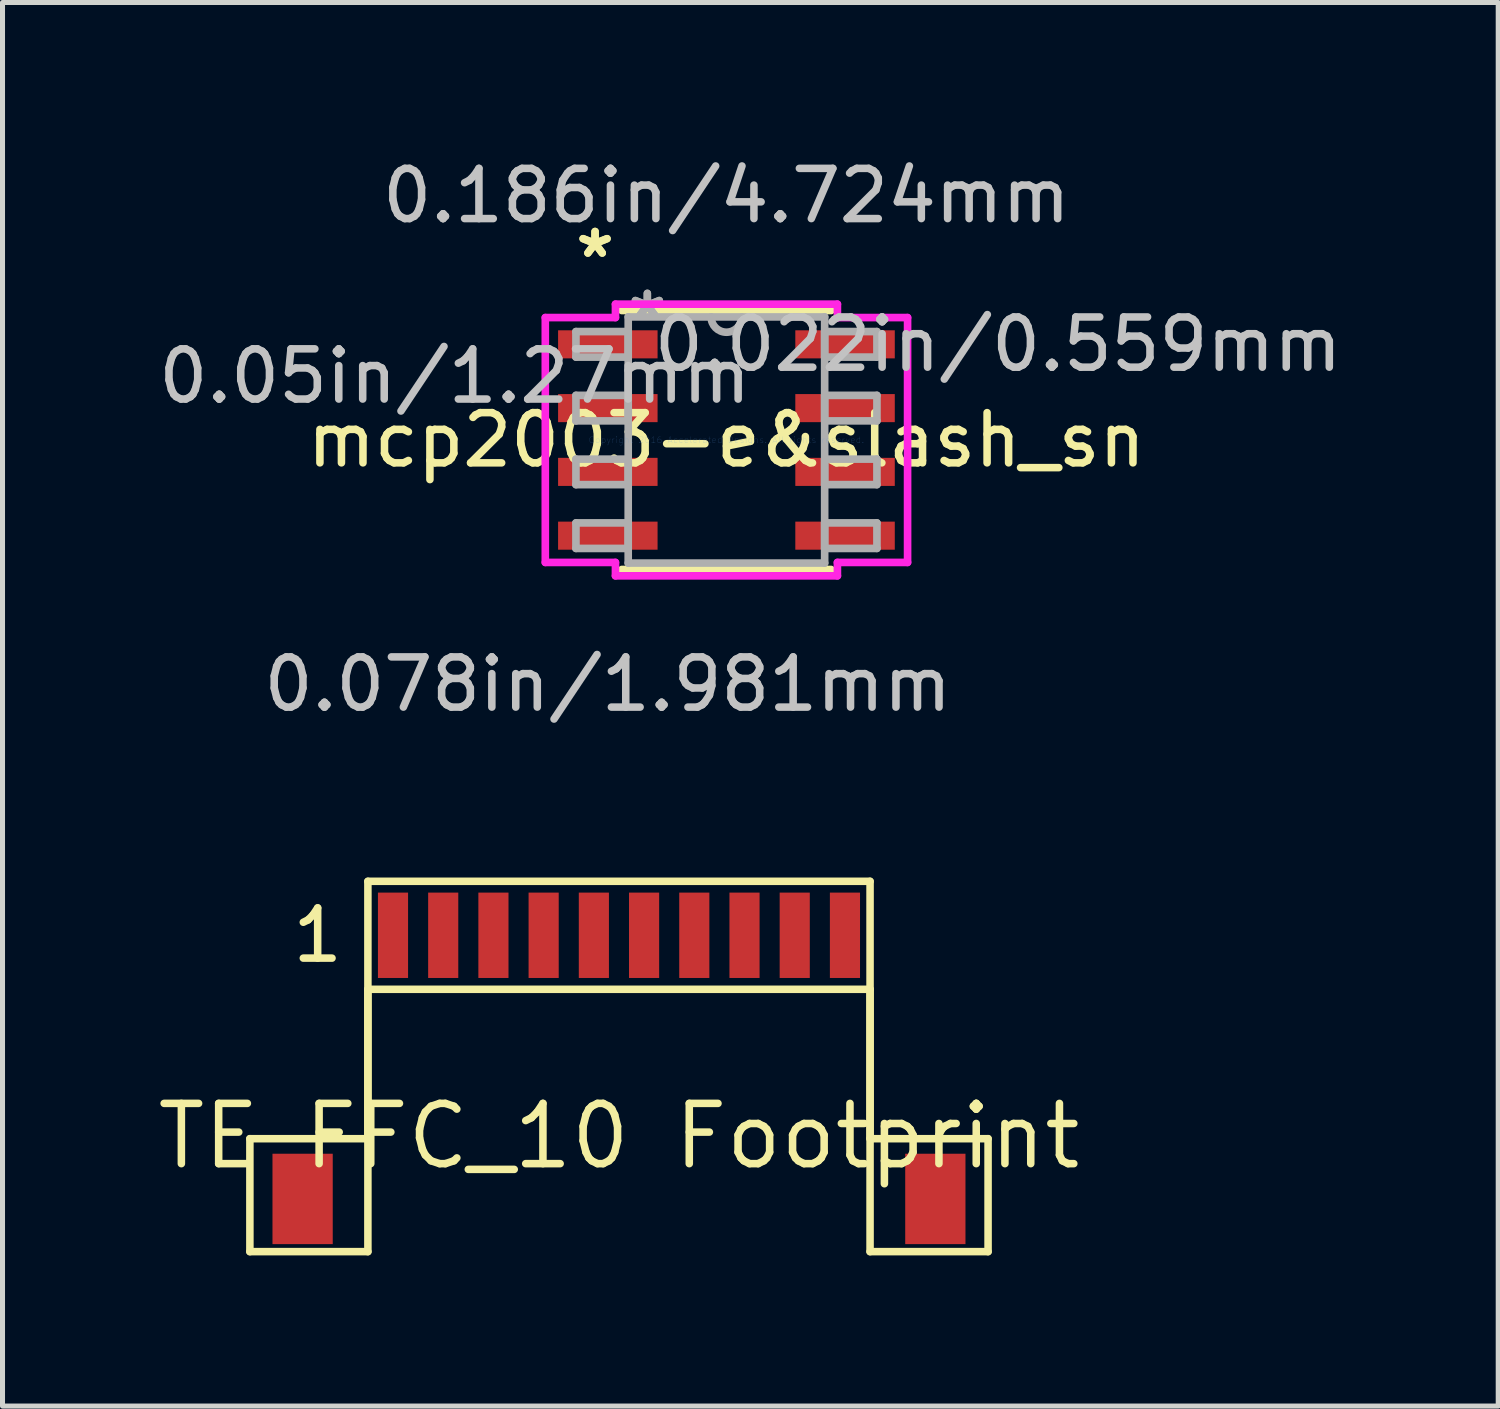
<source format=kicad_pcb>
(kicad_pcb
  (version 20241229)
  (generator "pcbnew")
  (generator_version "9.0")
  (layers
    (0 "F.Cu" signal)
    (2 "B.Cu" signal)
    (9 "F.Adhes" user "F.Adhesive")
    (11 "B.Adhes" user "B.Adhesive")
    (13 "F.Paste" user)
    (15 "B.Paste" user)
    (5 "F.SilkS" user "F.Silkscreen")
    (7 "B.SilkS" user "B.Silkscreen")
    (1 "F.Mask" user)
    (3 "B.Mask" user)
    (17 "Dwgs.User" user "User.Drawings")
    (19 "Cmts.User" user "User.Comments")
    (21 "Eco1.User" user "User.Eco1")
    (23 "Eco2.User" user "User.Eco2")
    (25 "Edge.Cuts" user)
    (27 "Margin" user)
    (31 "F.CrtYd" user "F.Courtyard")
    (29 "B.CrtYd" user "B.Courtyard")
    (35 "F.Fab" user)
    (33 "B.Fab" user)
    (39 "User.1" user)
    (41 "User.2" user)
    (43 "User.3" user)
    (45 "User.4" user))
  (footprint "TE FFC_10 Footprint"
    (layer "F.Cu")
    (at 9.276 15.575)
    (property "Reference" "TE FFC_10 Footprint" (at 0 4 0) (layer "F.SilkS") (effects (font (size 1.2 1.2) (thickness 0.15))))
    (attr through_hole)
    (fp_line (start -7.35 4.05) (end -5 4.05) (stroke (width 0.15) (type solid)) (layer "F.SilkS"))
    (fp_line (start -7.35 6.3) (end -7.35 4.05) (stroke (width 0.15) (type solid)) (layer "F.SilkS"))
    (fp_line (start -5 -1.075) (end 5 -1.075) (stroke (width 0.15) (type solid)) (layer "F.SilkS"))
    (fp_line (start -5 1.075) (end -5 6.3) (stroke (width 0.15) (type solid)) (layer "F.SilkS"))
    (fp_line (start -5 1.075) (end 5 1.075) (stroke (width 0.15) (type solid)) (layer "F.SilkS"))
    (fp_line (start -5 4.05) (end -5 -1.075) (stroke (width 0.15) (type solid)) (layer "F.SilkS"))
    (fp_line (start -5 6.3) (end -7.35 6.3) (stroke (width 0.15) (type solid)) (layer "F.SilkS"))
    (fp_line (start 5 1.075) (end 5 6.3) (stroke (width 0.15) (type solid)) (layer "F.SilkS"))
    (fp_line (start 5 4.05) (end 5 -1.075) (stroke (width 0.15) (type solid)) (layer "F.SilkS"))
    (fp_line (start 5 6.3) (end 7.35 6.3) (stroke (width 0.15) (type solid)) (layer "F.SilkS"))
    (fp_line (start 7.35 4.05) (end 5 4.05) (stroke (width 0.15) (type solid)) (layer "F.SilkS"))
    (fp_line (start 7.35 6.3) (end 7.35 4.05) (stroke (width 0.15) (type solid)) (layer "F.SilkS"))
    (fp_text user "1" (at -6 0 0) (layer "F.SilkS") (effects (font (size 1 1) (thickness 0.15))))
    (pad "0" smd rect (at -6.3 5.25) (size 1.2 1.8) (layers "F.Cu" "F.Mask" "F.Paste"))
    (pad "0" smd rect (at 6.3 5.25) (size 1.2 1.8) (layers "F.Cu" "F.Mask" "F.Paste"))
    (pad "1" smd rect (at -4.5 0) (size 0.6 1.7) (layers "F.Cu" "F.Mask" "F.Paste"))
    (pad "2" smd rect (at -3.5 0) (size 0.6 1.7) (layers "F.Cu" "F.Mask" "F.Paste"))
    (pad "3" smd rect (at -2.5 0) (size 0.6 1.7) (layers "F.Cu" "F.Mask" "F.Paste"))
    (pad "4" smd rect (at -1.5 0) (size 0.6 1.7) (layers "F.Cu" "F.Mask" "F.Paste"))
    (pad "5" smd rect (at -0.5 0) (size 0.6 1.7) (layers "F.Cu" "F.Mask" "F.Paste"))
    (pad "6" smd rect (at 0.5 0) (size 0.6 1.7) (layers "F.Cu" "F.Mask" "F.Paste"))
    (pad "7" smd rect (at 1.5 0) (size 0.6 1.7) (layers "F.Cu" "F.Mask" "F.Paste"))
    (pad "8" smd rect (at 2.5 0) (size 0.6 1.7) (layers "F.Cu" "F.Mask" "F.Paste"))
    (pad "9" smd rect (at 3.5 0) (size 0.6 1.7) (layers "F.Cu" "F.Mask" "F.Paste"))
    (pad "10" smd rect (at 4.5 0) (size 0.6 1.7) (layers "F.Cu" "F.Mask" "F.Paste")))
  (footprint "mcp2003-e&slash_sn"
    (layer "F.Cu")
    (at 11.416 5.712)
    (property "Reference" "mcp2003-e&slash_sn" (at 0 0 0) (layer "F.SilkS") (effects (font (size 1 1) (thickness 0.15))))
    (attr through_hole)
    (fp_line (start -2.083 2.578) (end 2.083 2.578) (stroke (width 0.152) (type solid)) (layer "F.SilkS"))
    (fp_line (start 2.083 -2.578) (end -2.083 -2.578) (stroke (width 0.152) (type solid)) (layer "F.SilkS"))
    (fp_line (start -3.607 -2.438) (end -2.21 -2.438) (stroke (width 0.152) (type solid)) (layer "F.CrtYd"))
    (fp_line (start -3.607 2.438) (end -3.607 -2.438) (stroke (width 0.152) (type solid)) (layer "F.CrtYd"))
    (fp_line (start -2.21 -2.705) (end 2.21 -2.705) (stroke (width 0.152) (type solid)) (layer "F.CrtYd"))
    (fp_line (start -2.21 -2.438) (end -2.21 -2.705) (stroke (width 0.152) (type solid)) (layer "F.CrtYd"))
    (fp_line (start -2.21 2.438) (end -3.607 2.438) (stroke (width 0.152) (type solid)) (layer "F.CrtYd"))
    (fp_line (start -2.21 2.705) (end -2.21 2.438) (stroke (width 0.152) (type solid)) (layer "F.CrtYd"))
    (fp_line (start 2.21 -2.705) (end 2.21 -2.438) (stroke (width 0.152) (type solid)) (layer "F.CrtYd"))
    (fp_line (start 2.21 -2.438) (end 3.607 -2.438) (stroke (width 0.152) (type solid)) (layer "F.CrtYd"))
    (fp_line (start 2.21 2.438) (end 2.21 2.705) (stroke (width 0.152) (type solid)) (layer "F.CrtYd"))
    (fp_line (start 2.21 2.705) (end -2.21 2.705) (stroke (width 0.152) (type solid)) (layer "F.CrtYd"))
    (fp_line (start 3.607 -2.438) (end 3.607 2.438) (stroke (width 0.152) (type solid)) (layer "F.CrtYd"))
    (fp_line (start 3.607 2.438) (end 2.21 2.438) (stroke (width 0.152) (type solid)) (layer "F.CrtYd"))
    (fp_line (start -2.997 -2.159) (end -2.997 -1.651) (stroke (width 0.152) (type solid)) (layer "F.Fab"))
    (fp_line (start -2.997 -1.651) (end -1.956 -1.651) (stroke (width 0.152) (type solid)) (layer "F.Fab"))
    (fp_line (start -2.997 -0.889) (end -2.997 -0.381) (stroke (width 0.152) (type solid)) (layer "F.Fab"))
    (fp_line (start -2.997 -0.381) (end -1.956 -0.381) (stroke (width 0.152) (type solid)) (layer "F.Fab"))
    (fp_line (start -2.997 0.381) (end -2.997 0.889) (stroke (width 0.152) (type solid)) (layer "F.Fab"))
    (fp_line (start -2.997 0.889) (end -1.956 0.889) (stroke (width 0.152) (type solid)) (layer "F.Fab"))
    (fp_line (start -2.997 1.651) (end -2.997 2.159) (stroke (width 0.152) (type solid)) (layer "F.Fab"))
    (fp_line (start -2.997 2.159) (end -1.956 2.159) (stroke (width 0.152) (type solid)) (layer "F.Fab"))
    (fp_line (start -1.956 -2.451) (end -1.956 2.451) (stroke (width 0.152) (type solid)) (layer "F.Fab"))
    (fp_line (start -1.956 -2.159) (end -2.997 -2.159) (stroke (width 0.152) (type solid)) (layer "F.Fab"))
    (fp_line (start -1.956 -1.651) (end -1.956 -2.159) (stroke (width 0.152) (type solid)) (layer "F.Fab"))
    (fp_line (start -1.956 -0.889) (end -2.997 -0.889) (stroke (width 0.152) (type solid)) (layer "F.Fab"))
    (fp_line (start -1.956 -0.381) (end -1.956 -0.889) (stroke (width 0.152) (type solid)) (layer "F.Fab"))
    (fp_line (start -1.956 0.381) (end -2.997 0.381) (stroke (width 0.152) (type solid)) (layer "F.Fab"))
    (fp_line (start -1.956 0.889) (end -1.956 0.381) (stroke (width 0.152) (type solid)) (layer "F.Fab"))
    (fp_line (start -1.956 1.651) (end -2.997 1.651) (stroke (width 0.152) (type solid)) (layer "F.Fab"))
    (fp_line (start -1.956 2.159) (end -1.956 1.651) (stroke (width 0.152) (type solid)) (layer "F.Fab"))
    (fp_line (start -1.956 2.451) (end 1.956 2.451) (stroke (width 0.152) (type solid)) (layer "F.Fab"))
    (fp_line (start 1.956 -2.451) (end -1.956 -2.451) (stroke (width 0.152) (type solid)) (layer "F.Fab"))
    (fp_line (start 1.956 -2.159) (end 1.956 -1.651) (stroke (width 0.152) (type solid)) (layer "F.Fab"))
    (fp_line (start 1.956 -1.651) (end 2.997 -1.651) (stroke (width 0.152) (type solid)) (layer "F.Fab"))
    (fp_line (start 1.956 -0.889) (end 1.956 -0.381) (stroke (width 0.152) (type solid)) (layer "F.Fab"))
    (fp_line (start 1.956 -0.381) (end 2.997 -0.381) (stroke (width 0.152) (type solid)) (layer "F.Fab"))
    (fp_line (start 1.956 0.381) (end 1.956 0.889) (stroke (width 0.152) (type solid)) (layer "F.Fab"))
    (fp_line (start 1.956 0.889) (end 2.997 0.889) (stroke (width 0.152) (type solid)) (layer "F.Fab"))
    (fp_line (start 1.956 1.651) (end 1.956 2.159) (stroke (width 0.152) (type solid)) (layer "F.Fab"))
    (fp_line (start 1.956 2.159) (end 2.997 2.159) (stroke (width 0.152) (type solid)) (layer "F.Fab"))
    (fp_line (start 1.956 2.451) (end 1.956 -2.451) (stroke (width 0.152) (type solid)) (layer "F.Fab"))
    (fp_line (start 2.997 -2.159) (end 1.956 -2.159) (stroke (width 0.152) (type solid)) (layer "F.Fab"))
    (fp_line (start 2.997 -1.651) (end 2.997 -2.159) (stroke (width 0.152) (type solid)) (layer "F.Fab"))
    (fp_line (start 2.997 -0.889) (end 1.956 -0.889) (stroke (width 0.152) (type solid)) (layer "F.Fab"))
    (fp_line (start 2.997 -0.381) (end 2.997 -0.889) (stroke (width 0.152) (type solid)) (layer "F.Fab"))
    (fp_line (start 2.997 0.381) (end 1.956 0.381) (stroke (width 0.152) (type solid)) (layer "F.Fab"))
    (fp_line (start 2.997 0.889) (end 2.997 0.381) (stroke (width 0.152) (type solid)) (layer "F.Fab"))
    (fp_line (start 2.997 1.651) (end 1.956 1.651) (stroke (width 0.152) (type solid)) (layer "F.Fab"))
    (fp_line (start 2.997 2.159) (end 2.997 1.651) (stroke (width 0.152) (type solid)) (layer "F.Fab"))
    (fp_arc (start 0.3048 -2.4511) (mid 0 -2.1463) (end -0.3048 -2.4511) (stroke (width 0.1524) (type solid)) (layer "F.Fab"))
    (fp_text user "*" (at -2.616 -3.607 0) (layer "F.SilkS") (effects (font (size 1 1) (thickness 0.15))))
    (fp_text user "*" (at -2.616 -3.607 0) (layer "F.SilkS") (effects (font (size 1 1) (thickness 0.15))))
    (fp_text user "0.05in/1.27mm" (at -5.41 -1.27 0) (layer "Dwgs.User") (effects (font (size 1 1) (thickness 0.15))))
    (fp_text user "0.078in/1.981mm" (at -2.362 4.864 0) (layer "Dwgs.User") (effects (font (size 1 1) (thickness 0.15))))
    (fp_text user "0.186in/4.724mm" (at 0 -4.864 0) (layer "Dwgs.User") (effects (font (size 1 1) (thickness 0.15))))
    (fp_text user "0.022in/0.559mm" (at 5.41 -1.905 0) (layer "Dwgs.User") (effects (font (size 1 1) (thickness 0.15))))
    (fp_text user "Copyright 2016 Accelerated Designs. All rights reserved." (at 0 0 0) (layer "Cmts.User") (effects (font (size 0.127 0.127) (thickness 0.002))))
    (fp_text user "*" (at -1.575 -2.375 0) (layer "F.Fab") (effects (font (size 1 1) (thickness 0.15))))
    (fp_text user "*" (at -1.575 -2.375 0) (layer "F.Fab") (effects (font (size 1 1) (thickness 0.15))))
    (pad "1" smd rect (at -2.362 -1.905) (size 1.981 0.559) (layers "F.Cu" "F.Mask" "F.Paste"))
    (pad "2" smd rect (at -2.362 -0.635) (size 1.981 0.559) (layers "F.Cu" "F.Mask" "F.Paste"))
    (pad "3" smd rect (at -2.362 0.635) (size 1.981 0.559) (layers "F.Cu" "F.Mask" "F.Paste"))
    (pad "4" smd rect (at -2.362 1.905) (size 1.981 0.559) (layers "F.Cu" "F.Mask" "F.Paste"))
    (pad "5" smd rect (at 2.362 1.905) (size 1.981 0.559) (layers "F.Cu" "F.Mask" "F.Paste"))
    (pad "6" smd rect (at 2.362 0.635) (size 1.981 0.559) (layers "F.Cu" "F.Mask" "F.Paste"))
    (pad "7" smd rect (at 2.362 -0.635) (size 1.981 0.559) (layers "F.Cu" "F.Mask" "F.Paste"))
    (pad "8" smd rect (at 2.362 -1.905) (size 1.981 0.559) (layers "F.Cu" "F.Mask" "F.Paste")))
  (gr_rect
    (start -3 -3)
    (end 26.785 24.95)
    (stroke (width 0.1) (type default))
    (fill no)
    (layer "Edge.Cuts")))
</source>
